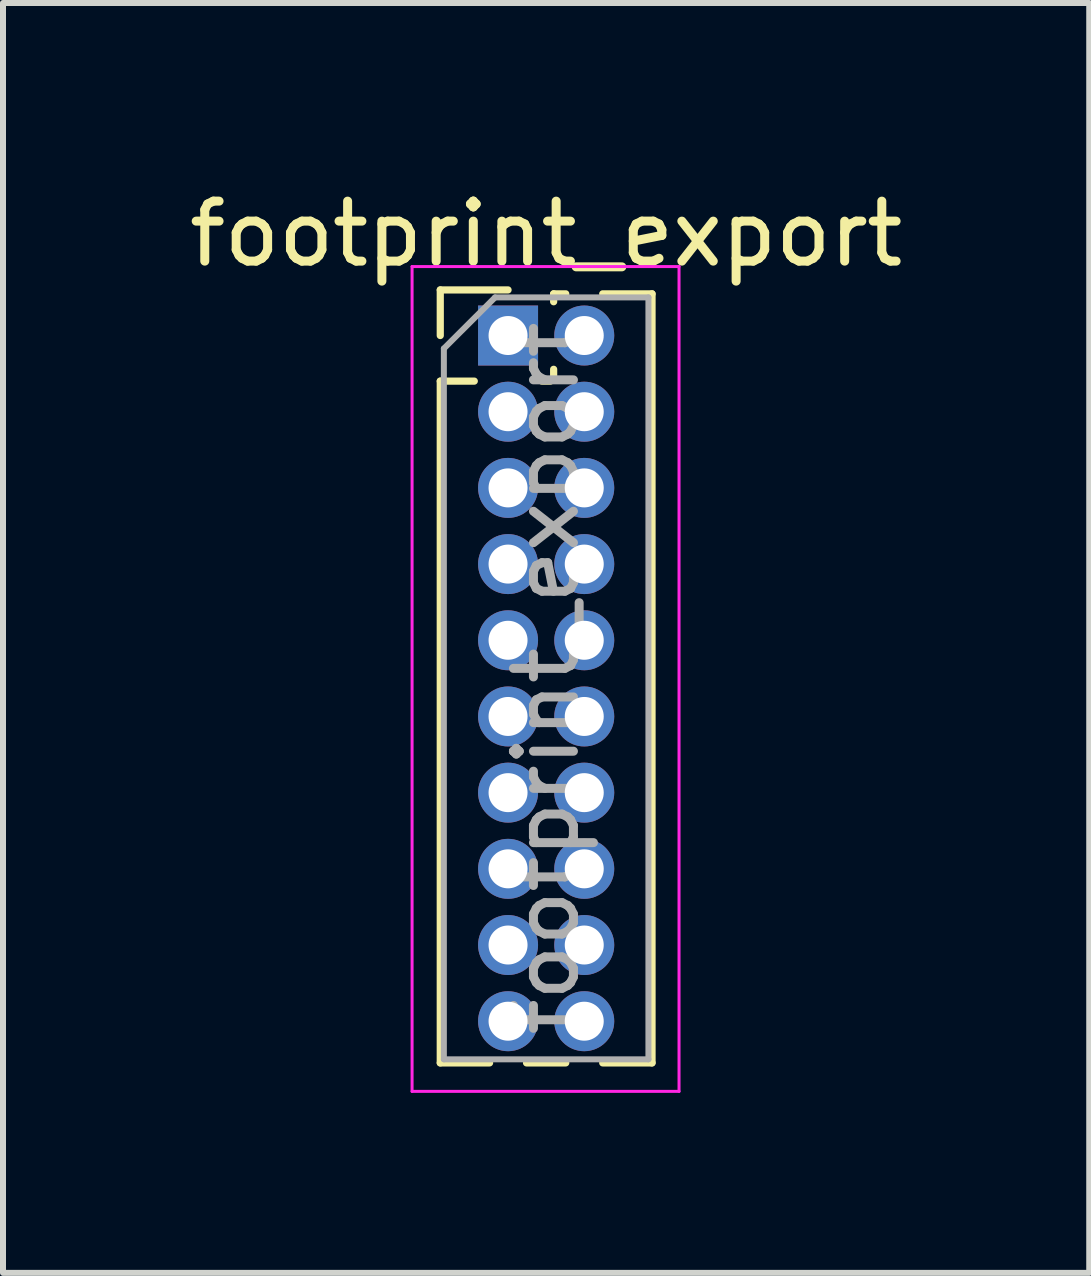
<source format=kicad_pcb>
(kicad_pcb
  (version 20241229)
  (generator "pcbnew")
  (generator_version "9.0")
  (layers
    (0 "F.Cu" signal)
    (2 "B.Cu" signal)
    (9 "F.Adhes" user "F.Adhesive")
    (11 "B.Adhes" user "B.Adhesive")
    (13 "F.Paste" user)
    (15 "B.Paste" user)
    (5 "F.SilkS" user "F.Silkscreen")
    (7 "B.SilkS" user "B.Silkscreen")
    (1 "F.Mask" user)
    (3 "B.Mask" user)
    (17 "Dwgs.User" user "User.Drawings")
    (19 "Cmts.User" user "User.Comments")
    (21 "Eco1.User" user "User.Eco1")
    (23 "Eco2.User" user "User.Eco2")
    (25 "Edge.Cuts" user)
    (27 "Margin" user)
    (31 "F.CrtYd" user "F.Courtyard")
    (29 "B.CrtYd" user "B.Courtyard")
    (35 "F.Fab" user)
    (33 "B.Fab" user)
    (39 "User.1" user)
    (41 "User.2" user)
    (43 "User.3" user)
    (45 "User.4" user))
  (footprint "footprint_export"
    (layer "F.Cu")
    (at 5.419 2.543)
    (property "Reference" "footprint_export" (at 0.635 -1.695 0) (layer "F.SilkS") (effects (font (size 1 1) (thickness 0.15))))
    (attr through_hole)
    (fp_line (start -1.13 -0.76) (end 0 -0.76) (stroke (width 0.12) (type solid)) (layer "F.SilkS"))
    (fp_line (start -1.13 0) (end -1.13 -0.76) (stroke (width 0.12) (type solid)) (layer "F.SilkS"))
    (fp_line (start -1.13 0.76) (end -1.13 12.125) (stroke (width 0.12) (type solid)) (layer "F.SilkS"))
    (fp_line (start -1.13 0.76) (end -0.563 0.76) (stroke (width 0.12) (type solid)) (layer "F.SilkS"))
    (fp_line (start -1.13 12.125) (end -0.308 12.125) (stroke (width 0.12) (type solid)) (layer "F.SilkS"))
    (fp_line (start 0.308 12.125) (end 0.962 12.125) (stroke (width 0.12) (type solid)) (layer "F.SilkS"))
    (fp_line (start 0.563 0.76) (end 0.707 0.76) (stroke (width 0.12) (type solid)) (layer "F.SilkS"))
    (fp_line (start 0.76 -0.695) (end 0.962 -0.695) (stroke (width 0.12) (type solid)) (layer "F.SilkS"))
    (fp_line (start 0.76 -0.563) (end 0.76 -0.695) (stroke (width 0.12) (type solid)) (layer "F.SilkS"))
    (fp_line (start 0.76 0.707) (end 0.76 0.563) (stroke (width 0.12) (type solid)) (layer "F.SilkS"))
    (fp_line (start 1.578 -0.695) (end 2.4 -0.695) (stroke (width 0.12) (type solid)) (layer "F.SilkS"))
    (fp_line (start 1.578 12.125) (end 2.4 12.125) (stroke (width 0.12) (type solid)) (layer "F.SilkS"))
    (fp_line (start 2.4 -0.695) (end 2.4 12.125) (stroke (width 0.12) (type solid)) (layer "F.SilkS"))
    (fp_line (start -1.6 -1.15) (end -1.6 12.6) (stroke (width 0.05) (type solid)) (layer "F.CrtYd"))
    (fp_line (start -1.6 12.6) (end 2.85 12.6) (stroke (width 0.05) (type solid)) (layer "F.CrtYd"))
    (fp_line (start 2.85 -1.15) (end -1.6 -1.15) (stroke (width 0.05) (type solid)) (layer "F.CrtYd"))
    (fp_line (start 2.85 12.6) (end 2.85 -1.15) (stroke (width 0.05) (type solid)) (layer "F.CrtYd"))
    (fp_line (start -1.07 0.217) (end -0.217 -0.635) (stroke (width 0.1) (type solid)) (layer "F.Fab"))
    (fp_line (start -1.07 12.065) (end -1.07 0.217) (stroke (width 0.1) (type solid)) (layer "F.Fab"))
    (fp_line (start -0.217 -0.635) (end 2.34 -0.635) (stroke (width 0.1) (type solid)) (layer "F.Fab"))
    (fp_line (start 2.34 -0.635) (end 2.34 12.065) (stroke (width 0.1) (type solid)) (layer "F.Fab"))
    (fp_line (start 2.34 12.065) (end -1.07 12.065) (stroke (width 0.1) (type solid)) (layer "F.Fab"))
    (fp_text user "${REFERENCE}" (at 0.635 5.715 90) (layer "F.Fab") (effects (font (size 1 1) (thickness 0.15))))
    (pad "1" thru_hole rect (at 0 0) (size 1 1) (drill 0.65) (layers "*.Cu" "*.Mask"))
    (pad "2" thru_hole oval (at 1.27 0) (size 1 1) (drill 0.65) (layers "*.Cu" "*.Mask"))
    (pad "3" thru_hole oval (at 0 1.27) (size 1 1) (drill 0.65) (layers "*.Cu" "*.Mask"))
    (pad "4" thru_hole oval (at 1.27 1.27) (size 1 1) (drill 0.65) (layers "*.Cu" "*.Mask"))
    (pad "5" thru_hole oval (at 0 2.54) (size 1 1) (drill 0.65) (layers "*.Cu" "*.Mask"))
    (pad "6" thru_hole oval (at 1.27 2.54) (size 1 1) (drill 0.65) (layers "*.Cu" "*.Mask"))
    (pad "7" thru_hole oval (at 0 3.81) (size 1 1) (drill 0.65) (layers "*.Cu" "*.Mask"))
    (pad "8" thru_hole oval (at 1.27 3.81) (size 1 1) (drill 0.65) (layers "*.Cu" "*.Mask"))
    (pad "9" thru_hole oval (at 0 5.08) (size 1 1) (drill 0.65) (layers "*.Cu" "*.Mask"))
    (pad "10" thru_hole oval (at 1.27 5.08) (size 1 1) (drill 0.65) (layers "*.Cu" "*.Mask"))
    (pad "11" thru_hole oval (at 0 6.35) (size 1 1) (drill 0.65) (layers "*.Cu" "*.Mask"))
    (pad "12" thru_hole oval (at 1.27 6.35) (size 1 1) (drill 0.65) (layers "*.Cu" "*.Mask"))
    (pad "13" thru_hole oval (at 0 7.62) (size 1 1) (drill 0.65) (layers "*.Cu" "*.Mask"))
    (pad "14" thru_hole oval (at 1.27 7.62) (size 1 1) (drill 0.65) (layers "*.Cu" "*.Mask"))
    (pad "15" thru_hole oval (at 0 8.89) (size 1 1) (drill 0.65) (layers "*.Cu" "*.Mask"))
    (pad "16" thru_hole oval (at 1.27 8.89) (size 1 1) (drill 0.65) (layers "*.Cu" "*.Mask"))
    (pad "17" thru_hole oval (at 0 10.16) (size 1 1) (drill 0.65) (layers "*.Cu" "*.Mask"))
    (pad "18" thru_hole oval (at 1.27 10.16) (size 1 1) (drill 0.65) (layers "*.Cu" "*.Mask"))
    (pad "19" thru_hole oval (at 0 11.43) (size 1 1) (drill 0.65) (layers "*.Cu" "*.Mask"))
    (pad "20" thru_hole oval (at 1.27 11.43) (size 1 1) (drill 0.65) (layers "*.Cu" "*.Mask")))
  (gr_rect
    (start -3 -3)
    (end 15.107 18.168)
    (stroke (width 0.1) (type default))
    (fill no)
    (layer "Edge.Cuts")))
</source>
